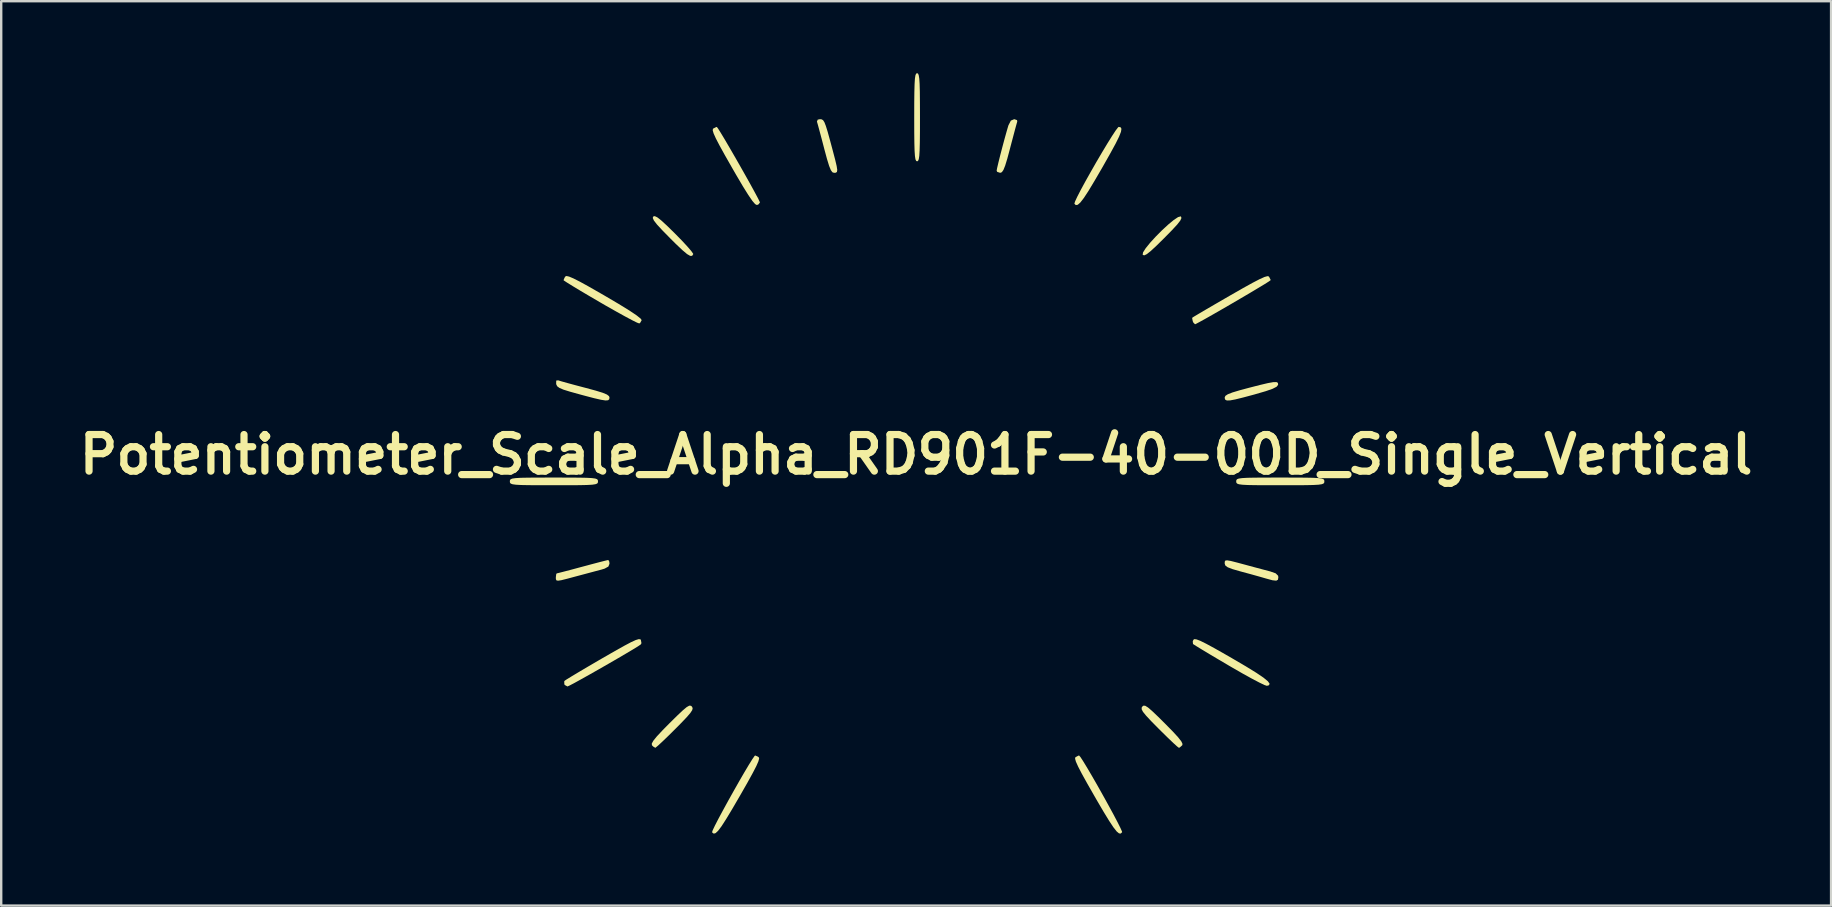
<source format=kicad_pcb>
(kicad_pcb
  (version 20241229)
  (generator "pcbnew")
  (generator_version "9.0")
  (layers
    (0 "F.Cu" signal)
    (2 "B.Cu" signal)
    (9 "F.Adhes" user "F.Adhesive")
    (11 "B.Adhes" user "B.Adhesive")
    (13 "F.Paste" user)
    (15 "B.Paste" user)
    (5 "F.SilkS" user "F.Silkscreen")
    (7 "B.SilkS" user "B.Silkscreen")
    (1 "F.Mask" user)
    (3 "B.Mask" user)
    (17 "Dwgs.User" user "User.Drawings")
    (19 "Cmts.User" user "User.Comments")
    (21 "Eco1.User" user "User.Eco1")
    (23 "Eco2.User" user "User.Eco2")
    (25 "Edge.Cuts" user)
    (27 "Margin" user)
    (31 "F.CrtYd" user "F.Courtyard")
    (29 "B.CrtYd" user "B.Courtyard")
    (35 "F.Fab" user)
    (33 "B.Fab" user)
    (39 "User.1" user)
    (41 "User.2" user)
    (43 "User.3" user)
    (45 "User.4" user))
  (footprint "Potentiometer_Scale_Alpha_RD901F-40-00D_Single_Vertical"
    (layer "F.Cu")
    (at 35.132 15.895)
    (property "Reference" "Potentiometer_Scale_Alpha_RD901F-40-00D_Single_Vertical" (at 0 0 0) (layer "F.SilkS") (effects (font (size 1.524 1.524) (thickness 0.3))))
    (attr board_only exclude_from_pos_files exclude_from_bom)
    (fp_poly (pts (xy -10.79 -9.889) (xy -10.625 -9.76) (xy -10.384 -9.539) (xy -10.063 -9.224) (xy -9.777 -8.933) (xy -9.541 -8.679) (xy -9.373 -8.484) (xy -9.293 -8.37) (xy -9.29 -8.353) (xy -9.336 -8.283) (xy -9.416 -8.28) (xy -9.547 -8.356) (xy -9.743 -8.521) (xy -10.022 -8.785) (xy -10.262 -9.024) (xy -10.585 -9.354) (xy -10.804 -9.592) (xy -10.93 -9.755) (xy -10.977 -9.86) (xy -10.959 -9.92) (xy -10.896 -9.938)) (stroke (width 0) (type solid)) (fill yes) (layer "F.SilkS"))
    (fp_poly (pts (xy 11.039 -9.92) (xy 11.057 -9.857) (xy 11.01 -9.753) (xy 10.883 -9.59) (xy 10.664 -9.353) (xy 10.341 -9.024) (xy 10.336 -9.019) (xy 10.009 -8.697) (xy 9.773 -8.479) (xy 9.612 -8.352) (xy 9.51 -8.303) (xy 9.449 -8.319) (xy 9.442 -8.326) (xy 9.456 -8.425) (xy 9.567 -8.6) (xy 9.752 -8.828) (xy 9.985 -9.083) (xy 10.242 -9.342) (xy 10.5 -9.581) (xy 10.733 -9.774) (xy 10.917 -9.897) (xy 11.029 -9.927)) (stroke (width 0) (type solid)) (fill yes) (layer "F.SilkS"))
    (fp_poly (pts (xy -9.389 10.467) (xy -9.345 10.503) (xy -9.314 10.567) (xy -9.332 10.65) (xy -9.412 10.773) (xy -9.569 10.954) (xy -9.818 11.214) (xy -10.029 11.427) (xy -10.317 11.713) (xy -10.566 11.953) (xy -10.754 12.127) (xy -10.859 12.214) (xy -10.872 12.221) (xy -10.961 12.167) (xy -11.01 12.116) (xy -11.019 12.047) (xy -10.955 11.929) (xy -10.807 11.746) (xy -10.563 11.485) (xy -10.275 11.193) (xy -9.951 10.874) (xy -9.719 10.655) (xy -9.561 10.524) (xy -9.457 10.466)) (stroke (width 0) (type solid)) (fill yes) (layer "F.SilkS"))
    (fp_poly (pts (xy 4.206 -13.939) (xy 4.214 -13.878) (xy 4.182 -13.767) (xy 4.118 -13.533) (xy 4.032 -13.209) (xy 3.931 -12.828) (xy 3.914 -12.76) (xy 3.8 -12.335) (xy 3.711 -12.043) (xy 3.638 -11.862) (xy 3.573 -11.769) (xy 3.505 -11.742) (xy 3.502 -11.742) (xy 3.379 -11.782) (xy 3.355 -11.831) (xy 3.375 -11.941) (xy 3.428 -12.167) (xy 3.504 -12.472) (xy 3.594 -12.818) (xy 3.688 -13.168) (xy 3.776 -13.483) (xy 3.845 -13.718) (xy 3.947 -13.918) (xy 4.088 -13.978)) (stroke (width 0) (type solid)) (fill yes) (layer "F.SilkS"))
    (fp_poly (pts (xy 9.551 10.471) (xy 9.663 10.54) (xy 9.832 10.685) (xy 10.078 10.919) (xy 10.354 11.193) (xy 10.689 11.533) (xy 10.917 11.781) (xy 11.051 11.952) (xy 11.102 12.061) (xy 11.09 12.116) (xy 10.988 12.207) (xy 10.951 12.221) (xy 10.879 12.167) (xy 10.717 12.02) (xy 10.487 11.8) (xy 10.209 11.527) (xy 10.109 11.427) (xy 9.794 11.108) (xy 9.581 10.879) (xy 9.454 10.722) (xy 9.399 10.616) (xy 9.401 10.542) (xy 9.425 10.503) (xy 9.478 10.463)) (stroke (width 0) (type solid)) (fill yes) (layer "F.SilkS"))
    (fp_poly (pts (xy 15.076 -2.99) (xy 15.086 -2.925) (xy 15.082 -2.901) (xy 15.021 -2.826) (xy 14.855 -2.741) (xy 14.568 -2.641) (xy 14.142 -2.517) (xy 14.098 -2.504) (xy 13.634 -2.38) (xy 13.302 -2.298) (xy 13.081 -2.257) (xy 12.948 -2.255) (xy 12.881 -2.288) (xy 12.86 -2.355) (xy 12.86 -2.378) (xy 12.888 -2.446) (xy 12.989 -2.513) (xy 13.184 -2.589) (xy 13.494 -2.682) (xy 13.849 -2.777) (xy 14.32 -2.898) (xy 14.658 -2.978) (xy 14.883 -3.018) (xy 15.015 -3.021)) (stroke (width 0) (type solid)) (fill yes) (layer "F.SilkS"))
    (fp_poly (pts (xy -14.904 -3.089) (xy -14.781 -3.051) (xy -14.538 -2.983) (xy -14.207 -2.893) (xy -13.824 -2.792) (xy -13.778 -2.78) (xy -13.354 -2.665) (xy -13.065 -2.576) (xy -12.887 -2.502) (xy -12.8 -2.435) (xy -12.78 -2.378) (xy -12.791 -2.304) (xy -12.84 -2.263) (xy -12.947 -2.255) (xy -13.135 -2.284) (xy -13.426 -2.351) (xy -13.841 -2.46) (xy -14.018 -2.508) (xy -14.422 -2.62) (xy -14.696 -2.705) (xy -14.866 -2.777) (xy -14.958 -2.845) (xy -14.997 -2.921) (xy -15.003 -2.952) (xy -15 -3.084) (xy -14.918 -3.094)) (stroke (width 0) (type solid)) (fill yes) (layer "F.SilkS"))
    (fp_poly (pts (xy -3.939 -13.971) (xy -3.88 -13.937) (xy -3.825 -13.854) (xy -3.764 -13.699) (xy -3.687 -13.451) (xy -3.587 -13.088) (xy -3.48 -12.689) (xy -3.376 -12.294) (xy -3.313 -12.027) (xy -3.288 -11.864) (xy -3.301 -11.779) (xy -3.35 -11.746) (xy -3.422 -11.742) (xy -3.49 -11.766) (xy -3.555 -11.855) (xy -3.627 -12.032) (xy -3.715 -12.318) (xy -3.828 -12.736) (xy -3.834 -12.76) (xy -3.935 -13.148) (xy -4.025 -13.483) (xy -4.093 -13.735) (xy -4.132 -13.869) (xy -4.135 -13.878) (xy -4.101 -13.959) (xy -4.008 -13.978)) (stroke (width 0) (type solid)) (fill yes) (layer "F.SilkS"))
    (fp_poly (pts (xy 13.114 4.434) (xy 13.37 4.499) (xy 13.698 4.587) (xy 14.064 4.686) (xy 14.413 4.779) (xy 14.688 4.852) (xy 14.757 4.87) (xy 14.985 4.95) (xy 15.085 5.049) (xy 15.096 5.115) (xy 15.079 5.216) (xy 15.008 5.256) (xy 14.851 5.239) (xy 14.578 5.165) (xy 14.537 5.153) (xy 14.284 5.08) (xy 13.944 4.985) (xy 13.581 4.887) (xy 13.519 4.87) (xy 13.187 4.775) (xy 12.985 4.697) (xy 12.885 4.622) (xy 12.86 4.544) (xy 12.862 4.464) (xy 12.887 4.418) (xy 12.962 4.408)) (stroke (width 0) (type solid)) (fill yes) (layer "F.SilkS"))
    (fp_poly (pts (xy -12.789 4.46) (xy -12.78 4.55) (xy -12.826 4.667) (xy -12.984 4.754) (xy -13.119 4.795) (xy -13.354 4.857) (xy -13.683 4.945) (xy -14.049 5.043) (xy -14.178 5.077) (xy -14.546 5.176) (xy -14.787 5.236) (xy -14.927 5.257) (xy -14.994 5.241) (xy -15.015 5.188) (xy -15.016 5.112) (xy -15 4.982) (xy -14.979 4.952) (xy -14.892 4.932) (xy -14.681 4.878) (xy -14.374 4.798) (xy -14.003 4.698) (xy -13.909 4.673) (xy -13.525 4.57) (xy -13.199 4.484) (xy -12.959 4.423) (xy -12.837 4.394) (xy -12.829 4.393)) (stroke (width 0) (type solid)) (fill yes) (layer "F.SilkS"))
    (fp_poly (pts (xy 8.523 -13.64) (xy 8.556 -13.577) (xy 8.537 -13.452) (xy 8.458 -13.251) (xy 8.314 -12.96) (xy 8.099 -12.565) (xy 7.808 -12.05) (xy 7.745 -11.939) (xy 7.43 -11.399) (xy 7.182 -10.987) (xy 6.989 -10.693) (xy 6.843 -10.505) (xy 6.735 -10.41) (xy 6.655 -10.398) (xy 6.596 -10.453) (xy 6.62 -10.542) (xy 6.714 -10.744) (xy 6.863 -11.033) (xy 7.055 -11.387) (xy 7.276 -11.78) (xy 7.51 -12.19) (xy 7.746 -12.591) (xy 7.968 -12.961) (xy 8.163 -13.274) (xy 8.317 -13.508) (xy 8.417 -13.638) (xy 8.442 -13.656)) (stroke (width 0) (type solid)) (fill yes) (layer "F.SilkS"))
    (fp_poly (pts (xy -14.465 -7.418) (xy -14.284 -7.342) (xy -14.015 -7.206) (xy -13.645 -7.002) (xy -13.158 -6.724) (xy -12.985 -6.624) (xy -12.404 -6.282) (xy -11.957 -6.007) (xy -11.647 -5.799) (xy -11.475 -5.66) (xy -11.439 -5.601) (xy -11.506 -5.484) (xy -11.542 -5.465) (xy -11.631 -5.498) (xy -11.837 -5.6) (xy -12.14 -5.762) (xy -12.517 -5.971) (xy -12.948 -6.215) (xy -13.158 -6.337) (xy -13.603 -6.597) (xy -13.997 -6.83) (xy -14.321 -7.026) (xy -14.555 -7.171) (xy -14.68 -7.254) (xy -14.695 -7.269) (xy -14.657 -7.362) (xy -14.624 -7.42) (xy -14.573 -7.442)) (stroke (width 0) (type solid)) (fill yes) (layer "F.SilkS"))
    (fp_poly (pts (xy 11.692 7.705) (xy 11.85 7.766) (xy 12.088 7.884) (xy 12.422 8.065) (xy 12.867 8.317) (xy 13.18 8.497) (xy 13.744 8.828) (xy 14.174 9.093) (xy 14.477 9.298) (xy 14.66 9.449) (xy 14.733 9.553) (xy 14.702 9.615) (xy 14.617 9.638) (xy 14.515 9.604) (xy 14.298 9.499) (xy 13.988 9.336) (xy 13.608 9.126) (xy 13.18 8.88) (xy 13.044 8.801) (xy 12.609 8.544) (xy 12.221 8.314) (xy 11.901 8.121) (xy 11.671 7.98) (xy 11.55 7.903) (xy 11.539 7.894) (xy 11.528 7.788) (xy 11.555 7.719) (xy 11.599 7.691)) (stroke (width 0) (type solid)) (fill yes) (layer "F.SilkS"))
    (fp_poly (pts (xy -8.256 -13.589) (xy -8.142 -13.407) (xy -7.977 -13.134) (xy -7.777 -12.792) (xy -7.554 -12.407) (xy -7.323 -12.003) (xy -7.097 -11.603) (xy -6.889 -11.231) (xy -6.715 -10.912) (xy -6.586 -10.67) (xy -6.517 -10.529) (xy -6.51 -10.505) (xy -6.575 -10.423) (xy -6.638 -10.401) (xy -6.71 -10.438) (xy -6.827 -10.574) (xy -6.995 -10.819) (xy -7.222 -11.183) (xy -7.512 -11.675) (xy -7.668 -11.946) (xy -7.968 -12.472) (xy -8.192 -12.877) (xy -8.347 -13.175) (xy -8.44 -13.382) (xy -8.478 -13.51) (xy -8.469 -13.576) (xy -8.458 -13.586) (xy -8.339 -13.647) (xy -8.307 -13.655)) (stroke (width 0) (type solid)) (fill yes) (layer "F.SilkS"))
    (fp_poly (pts (xy -6.615 12.58) (xy -6.562 12.611) (xy -6.543 12.665) (xy -6.574 12.785) (xy -6.661 12.984) (xy -6.812 13.276) (xy -7.032 13.675) (xy -7.329 14.196) (xy -7.359 14.247) (xy -7.672 14.784) (xy -7.919 15.193) (xy -8.108 15.487) (xy -8.251 15.677) (xy -8.357 15.777) (xy -8.434 15.799) (xy -8.493 15.755) (xy -8.505 15.739) (xy -8.478 15.655) (xy -8.384 15.458) (xy -8.236 15.171) (xy -8.047 14.82) (xy -7.832 14.427) (xy -7.603 14.018) (xy -7.375 13.615) (xy -7.16 13.244) (xy -6.972 12.929) (xy -6.825 12.693) (xy -6.733 12.561) (xy -6.71 12.541)) (stroke (width 0) (type solid)) (fill yes) (layer "F.SilkS"))
    (fp_poly (pts (xy 6.848 12.607) (xy 6.967 12.79) (xy 7.134 13.065) (xy 7.336 13.409) (xy 7.559 13.797) (xy 7.789 14.206) (xy 8.013 14.611) (xy 8.218 14.987) (xy 8.389 15.312) (xy 8.514 15.561) (xy 8.579 15.709) (xy 8.584 15.739) (xy 8.528 15.795) (xy 8.455 15.788) (xy 8.357 15.706) (xy 8.223 15.536) (xy 8.044 15.266) (xy 7.81 14.883) (xy 7.512 14.375) (xy 7.439 14.247) (xy 7.135 13.716) (xy 6.908 13.307) (xy 6.752 13.006) (xy 6.659 12.799) (xy 6.624 12.673) (xy 6.638 12.614) (xy 6.641 12.611) (xy 6.76 12.55) (xy 6.79 12.541)) (stroke (width 0) (type solid)) (fill yes) (layer "F.SilkS"))
    (fp_poly (pts (xy -11.494 7.7) (xy -11.474 7.72) (xy -11.448 7.859) (xy -11.474 7.911) (xy -11.568 7.976) (xy -11.774 8.104) (xy -12.066 8.278) (xy -12.42 8.486) (xy -12.81 8.712) (xy -13.212 8.942) (xy -13.601 9.163) (xy -13.953 9.36) (xy -14.241 9.519) (xy -14.443 9.625) (xy -14.532 9.665) (xy -14.532 9.665) (xy -14.639 9.606) (xy -14.661 9.578) (xy -14.667 9.454) (xy -14.646 9.425) (xy -14.559 9.366) (xy -14.355 9.241) (xy -14.055 9.061) (xy -13.679 8.839) (xy -13.248 8.587) (xy -13.06 8.478) (xy -12.552 8.186) (xy -12.164 7.969) (xy -11.881 7.819) (xy -11.686 7.73) (xy -11.562 7.693)) (stroke (width 0) (type solid)) (fill yes) (layer "F.SilkS"))
    (fp_poly (pts (xy 14.703 -7.421) (xy 14.705 -7.417) (xy 14.767 -7.299) (xy 14.775 -7.269) (xy 14.709 -7.22) (xy 14.529 -7.106) (xy 14.257 -6.942) (xy 13.918 -6.739) (xy 13.535 -6.514) (xy 13.132 -6.278) (xy 12.733 -6.047) (xy 12.362 -5.834) (xy 12.042 -5.653) (xy 11.797 -5.518) (xy 11.652 -5.442) (xy 11.623 -5.431) (xy 11.558 -5.494) (xy 11.529 -5.555) (xy 11.504 -5.678) (xy 11.513 -5.708) (xy 11.588 -5.755) (xy 11.781 -5.87) (xy 12.073 -6.042) (xy 12.442 -6.257) (xy 12.87 -6.505) (xy 13.09 -6.632) (xy 13.616 -6.933) (xy 14.02 -7.157) (xy 14.317 -7.311) (xy 14.52 -7.402) (xy 14.644 -7.436)) (stroke (width 0) (type solid)) (fill yes) (layer "F.SilkS"))
    (fp_poly (pts (xy 0.079 -15.876) (xy 0.108 -15.808) (xy 0.13 -15.673) (xy 0.145 -15.452) (xy 0.154 -15.126) (xy 0.158 -14.678) (xy 0.16 -14.09) (xy 0.16 -14.058) (xy 0.159 -13.462) (xy 0.154 -13.008) (xy 0.145 -12.677) (xy 0.131 -12.451) (xy 0.11 -12.312) (xy 0.08 -12.241) (xy 0.042 -12.221) (xy 0.04 -12.221) (xy 0.001 -12.239) (xy -0.029 -12.307) (xy -0.05 -12.443) (xy -0.065 -12.664) (xy -0.074 -12.99) (xy -0.079 -13.437) (xy -0.08 -14.026) (xy -0.08 -14.058) (xy -0.079 -14.653) (xy -0.074 -15.108) (xy -0.065 -15.439) (xy -0.051 -15.664) (xy -0.03 -15.804) (xy -0.001 -15.874) (xy 0.038 -15.895) (xy 0.04 -15.895)) (stroke (width 0) (type solid)) (fill yes) (layer "F.SilkS"))
    (fp_poly (pts (xy -14.509 0.959) (xy -14.063 0.962) (xy -13.737 0.968) (xy -13.514 0.98) (xy -13.374 0.999) (xy -13.298 1.026) (xy -13.266 1.064) (xy -13.259 1.115) (xy -13.259 1.118) (xy -13.265 1.169) (xy -13.295 1.208) (xy -13.368 1.236) (xy -13.503 1.256) (xy -13.721 1.268) (xy -14.039 1.275) (xy -14.477 1.277) (xy -15.055 1.278) (xy -15.096 1.278) (xy -15.683 1.277) (xy -16.13 1.275) (xy -16.455 1.269) (xy -16.678 1.257) (xy -16.818 1.238) (xy -16.895 1.21) (xy -16.927 1.172) (xy -16.933 1.122) (xy -16.933 1.118) (xy -16.928 1.067) (xy -16.898 1.028) (xy -16.825 1) (xy -16.689 0.981) (xy -16.472 0.968) (xy -16.153 0.962) (xy -15.715 0.959) (xy -15.137 0.958) (xy -15.096 0.958)) (stroke (width 0) (type solid)) (fill yes) (layer "F.SilkS"))
    (fp_poly (pts (xy 15.763 0.959) (xy 16.21 0.962) (xy 16.535 0.968) (xy 16.758 0.98) (xy 16.898 0.999) (xy 16.975 1.026) (xy 17.007 1.064) (xy 17.013 1.115) (xy 17.013 1.118) (xy 17.008 1.169) (xy 16.978 1.208) (xy 16.905 1.236) (xy 16.769 1.256) (xy 16.552 1.268) (xy 16.233 1.275) (xy 15.795 1.277) (xy 15.217 1.278) (xy 15.176 1.278) (xy 14.589 1.277) (xy 14.142 1.275) (xy 13.817 1.269) (xy 13.594 1.257) (xy 13.454 1.238) (xy 13.378 1.21) (xy 13.346 1.172) (xy 13.339 1.122) (xy 13.339 1.118) (xy 13.345 1.067) (xy 13.374 1.028) (xy 13.448 1) (xy 13.583 0.981) (xy 13.801 0.968) (xy 14.119 0.962) (xy 14.557 0.959) (xy 15.135 0.958) (xy 15.176 0.958)) (stroke (width 0) (type solid)) (fill yes) (layer "F.SilkS")))
  (gr_rect
    (start -3 -3)
    (end 73.264 34.694)
    (stroke (width 0.1) (type default))
    (fill no)
    (layer "Edge.Cuts")))
</source>
